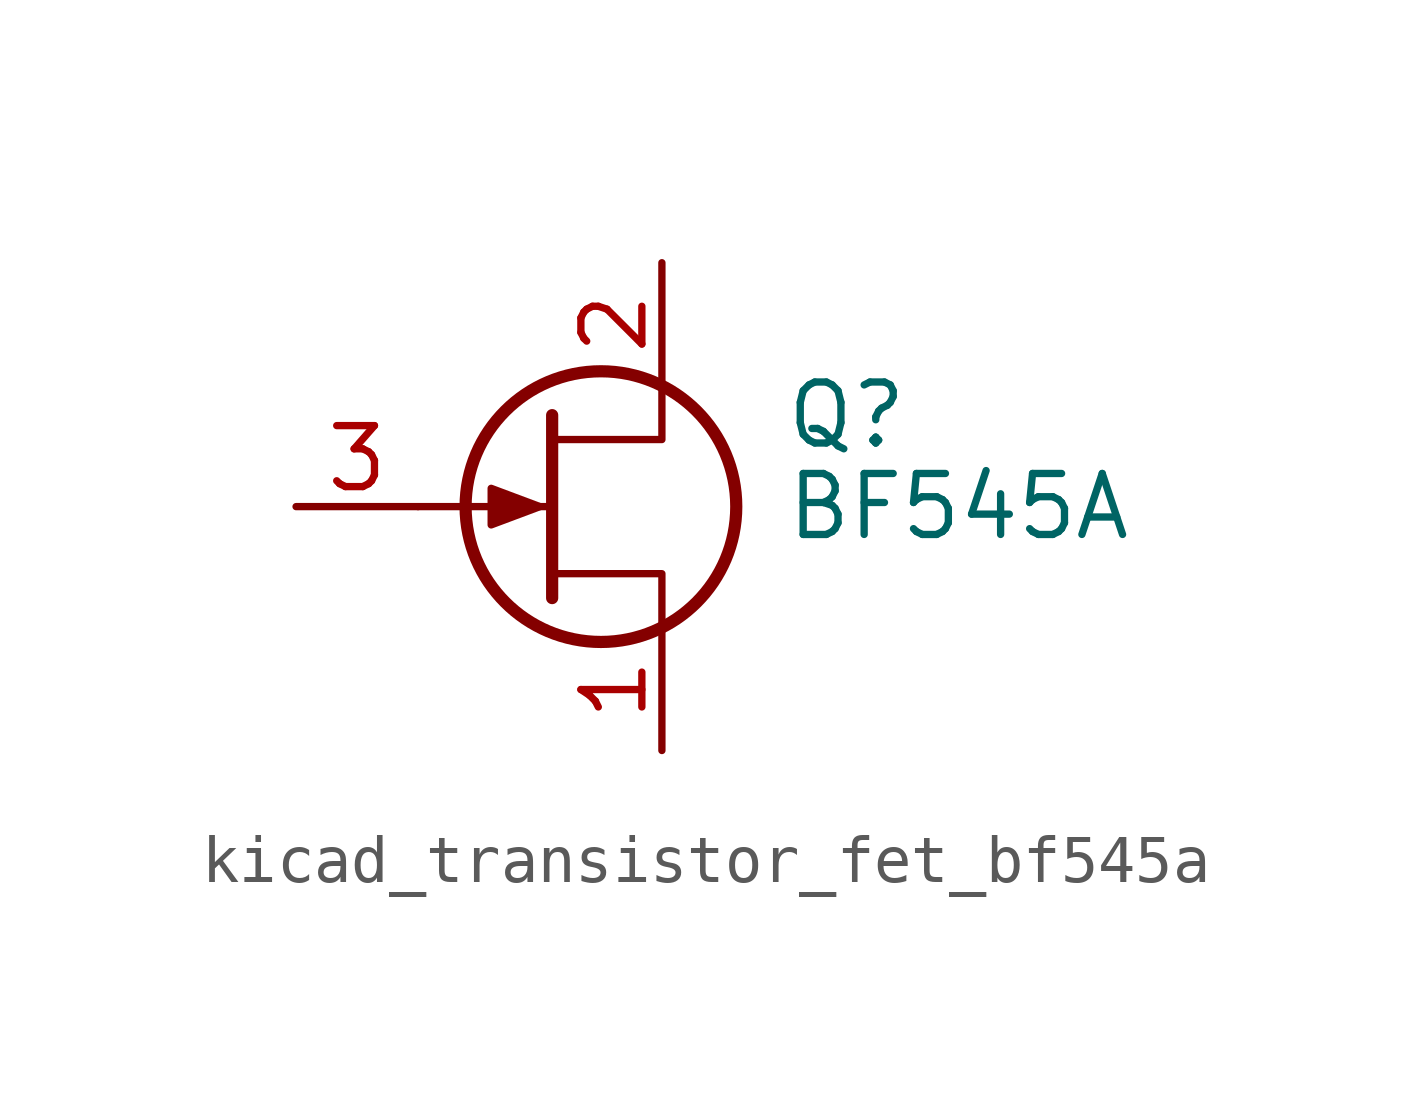
<source format=kicad_sym>
(kicad_symbol_lib
  (version 20220914)
  (generator kicad_symbol_editor)
  (symbol "kicad_transistor_fet_bf545a"
    (pin_names hide)
    (property "Reference" "Q"
      (at 5.08 1.905 0)
      (effects (font (size 1.27 1.27)) (justify left)))
    (property "Value" "BF545A"
      (at 5.08 0 0)
      (effects (font (size 1.27 1.27)) (justify left)))
    (symbol "kicad_transistor_fet_bf545a_0_1"
      (polyline (pts (xy 0.254 0) (xy -2.54 0)) (stroke (width 0) (type default)) (fill (type none)))
      (polyline (pts (xy 0.254 1.905) (xy 0.254 -1.905)) (stroke (width 0.254) (type default)) (fill (type none)))
      (polyline (pts (xy 2.54 -2.54) (xy 2.54 -1.397) (xy 0.254 -1.397)) (stroke (width 0) (type default)) (fill (type none)))
      (polyline (pts (xy 2.54 2.54) (xy 2.54 1.397) (xy 0.254 1.397)) (stroke (width 0) (type default)) (fill (type none)))
      (polyline (pts (xy 0 0) (xy -1.016 0.381) (xy -1.016 -0.381) (xy 0 0)) (stroke (width 0) (type default)) (fill (type outline)))
      (circle (center 1.27 0) (radius 2.819) (stroke (width 0.254) (type default)) (fill (type none))))
    (symbol "kicad_transistor_fet_bf545a_1_1"
      (pin passive line (at 2.54 -5.08 90) (length 2.54) (name "S" (effects (font (size 1.27 1.27)))) (number "1" (effects (font (size 1.27 1.27)))))
      (pin passive line (at 2.54 5.08 270) (length 2.54) (name "D" (effects (font (size 1.27 1.27)))) (number "2" (effects (font (size 1.27 1.27)))))
      (pin input line (at -5.08 0 0) (length 2.54) (name "G" (effects (font (size 1.27 1.27)))) (number "3" (effects (font (size 1.27 1.27))))))))
</source>
